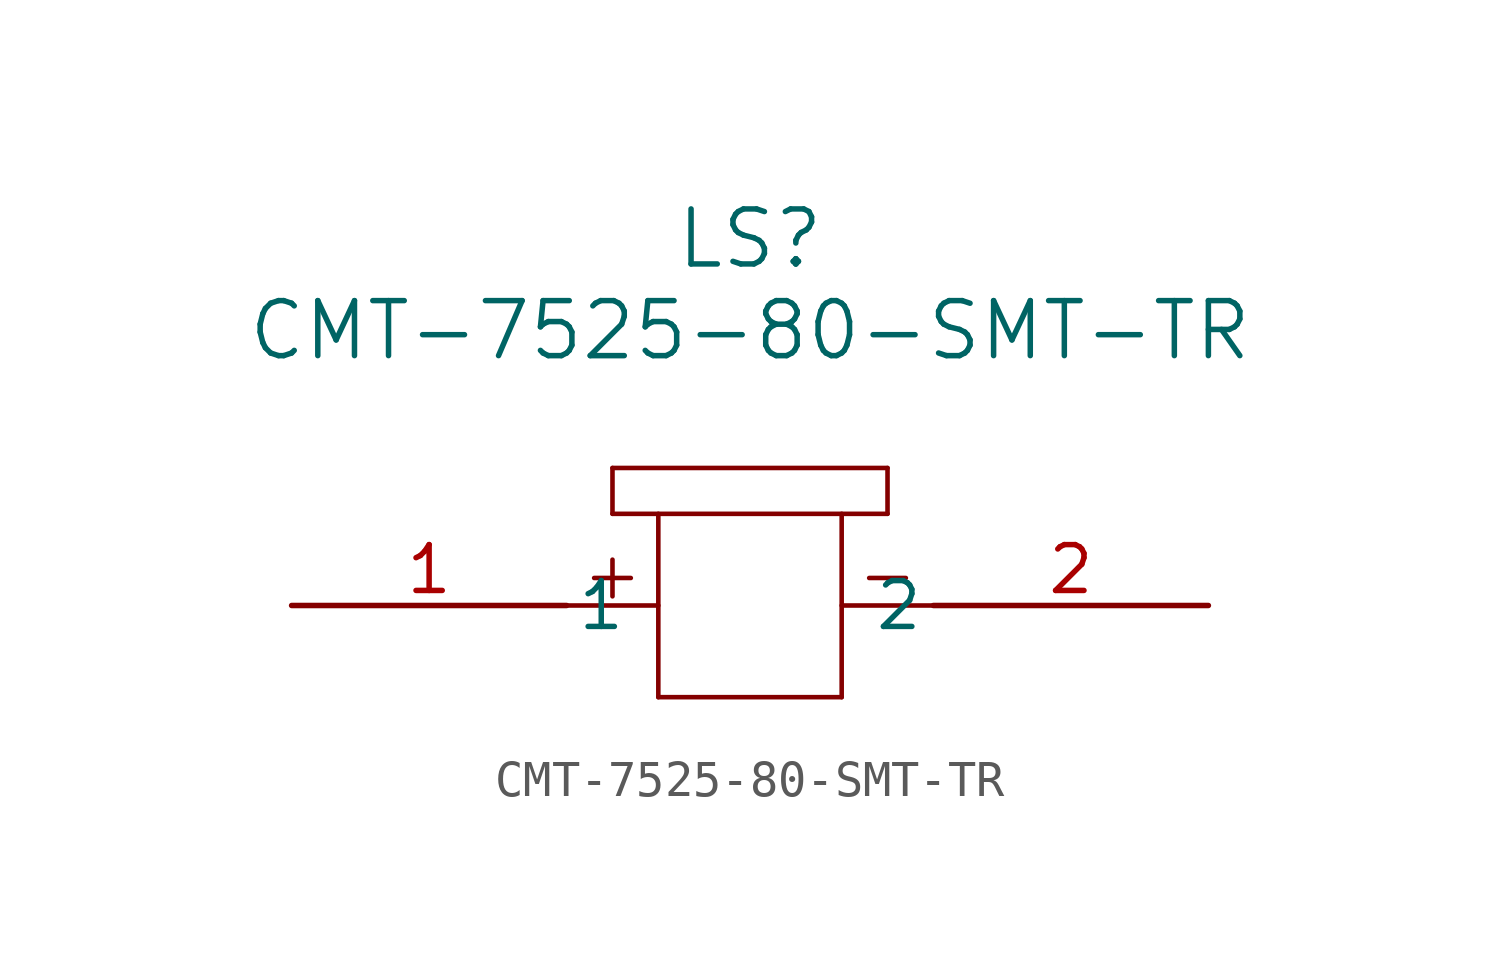
<source format=kicad_sym>
(kicad_symbol_lib
  (version 20231120)
  (generator "kicad_symbol_editor")
  (generator_version "8.0")
  (symbol "CMT-7525-80-SMT-TR"
    (pin_names
      (offset 0.254))
    (property "Reference" "LS"
      (at 12.7 10.16 0)
      (effects (font (size 1.524 1.524))))
    (property "Value" "CMT-7525-80-SMT-TR"
      (at 12.7 7.62 0)
      (effects (font (size 1.524 1.524))))
    (property "ki_locked" ""
      (at 0 0 0)
      (effects (font (size 1.27 1.27))))
    (symbol "CMT-7525-80-SMT-TR_1_1"
      (polyline (pts (xy 7.62 0) (xy 10.16 0)) (stroke (width 0.127) (type default)) (fill (type none)))
      (polyline (pts (xy 8.382 0.762) (xy 9.398 0.762)) (stroke (width 0.127) (type default)) (fill (type none)))
      (polyline (pts (xy 8.89 1.27) (xy 8.89 0.254)) (stroke (width 0.127) (type default)) (fill (type none)))
      (polyline (pts (xy 8.89 3.81) (xy 8.89 2.54)) (stroke (width 0.127) (type default)) (fill (type none)))
      (polyline (pts (xy 8.89 3.81) (xy 16.51 3.81)) (stroke (width 0.127) (type default)) (fill (type none)))
      (polyline (pts (xy 10.16 -2.54) (xy 15.24 -2.54)) (stroke (width 0.127) (type default)) (fill (type none)))
      (polyline (pts (xy 10.16 2.54) (xy 10.16 -2.54)) (stroke (width 0.127) (type default)) (fill (type none)))
      (polyline (pts (xy 15.24 -2.54) (xy 15.24 2.54)) (stroke (width 0.127) (type default)) (fill (type none)))
      (polyline (pts (xy 16.002 0.762) (xy 17.018 0.762)) (stroke (width 0.127) (type default)) (fill (type none)))
      (polyline (pts (xy 16.51 2.54) (xy 8.89 2.54)) (stroke (width 0.127) (type default)) (fill (type none)))
      (polyline (pts (xy 16.51 3.81) (xy 16.51 2.54)) (stroke (width 0.127) (type default)) (fill (type none)))
      (polyline (pts (xy 17.78 0) (xy 15.24 0)) (stroke (width 0.127) (type default)) (fill (type none)))
      (pin unspecified line (at 0 0 0) (length 7.62) (name "1" (effects (font (size 1.27 1.27)))) (number "1" (effects (font (size 1.27 1.27)))))
      (pin unspecified line (at 25.4 0 180) (length 7.62) (name "2" (effects (font (size 1.27 1.27)))) (number "2" (effects (font (size 1.27 1.27))))))))
</source>
